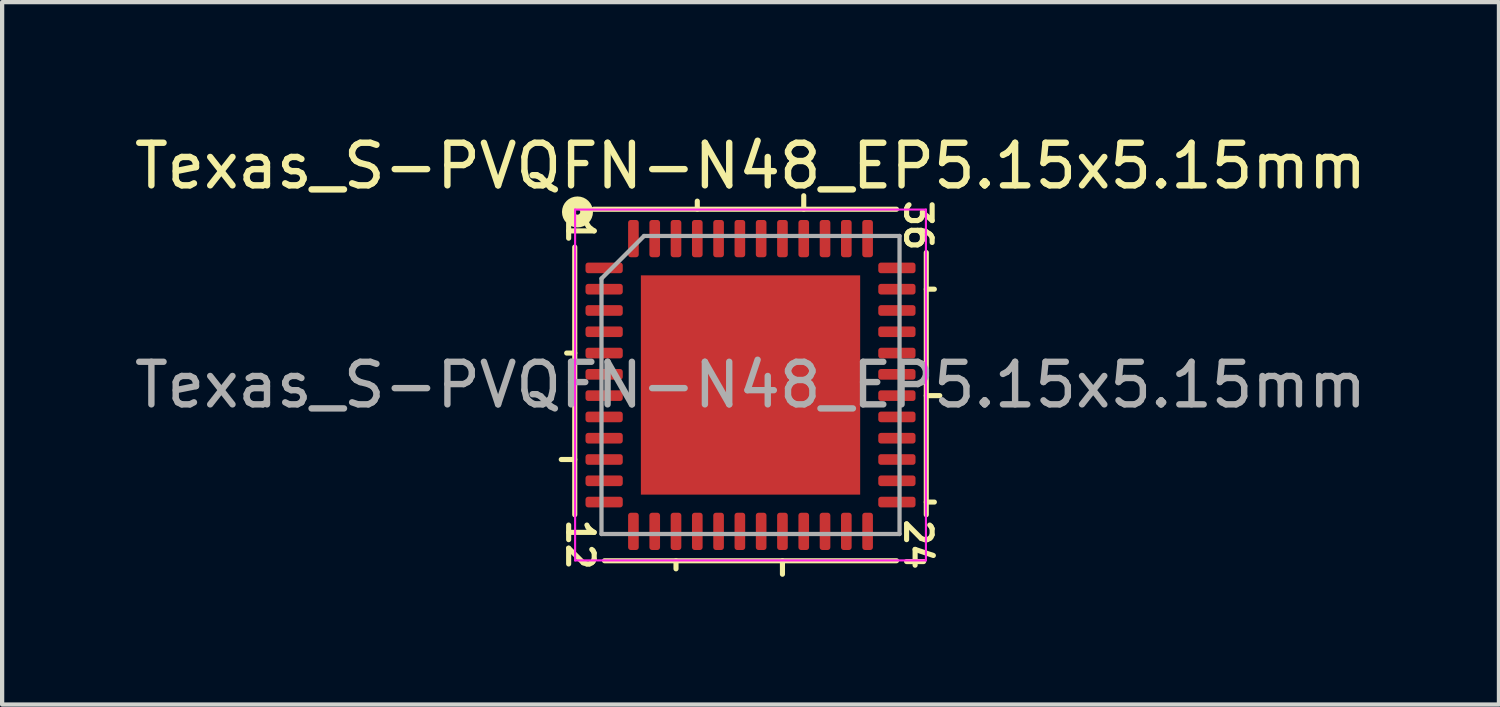
<source format=kicad_pcb>
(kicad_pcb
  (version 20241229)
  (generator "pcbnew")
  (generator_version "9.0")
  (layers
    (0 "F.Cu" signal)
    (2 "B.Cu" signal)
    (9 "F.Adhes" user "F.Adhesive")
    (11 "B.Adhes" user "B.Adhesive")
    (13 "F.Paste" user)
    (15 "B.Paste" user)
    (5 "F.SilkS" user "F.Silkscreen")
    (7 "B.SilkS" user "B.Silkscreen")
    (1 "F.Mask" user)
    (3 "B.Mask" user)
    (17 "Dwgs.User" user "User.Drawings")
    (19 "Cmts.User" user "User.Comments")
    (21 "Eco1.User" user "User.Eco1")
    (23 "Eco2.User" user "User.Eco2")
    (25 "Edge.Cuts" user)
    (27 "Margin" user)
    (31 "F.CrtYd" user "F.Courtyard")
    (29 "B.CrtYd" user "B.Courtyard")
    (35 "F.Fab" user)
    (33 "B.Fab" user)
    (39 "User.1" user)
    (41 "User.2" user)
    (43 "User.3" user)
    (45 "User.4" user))
  (footprint "Texas_S-PVQFN-N48_EP5.15x5.15mm"
    (layer "F.Cu")
    (at 14.577 5.992)
    (property "Reference" "Texas_S-PVQFN-N48_EP5.15x5.15mm" (at 0 -5.144 0) (layer "F.SilkS") (effects (font (size 1 1) (thickness 0.15))))
    (attr smd)
    (fp_line (start -4.128 -3.239) (end -4.128 3.048) (stroke (width 0.12) (type solid)) (layer "F.SilkS"))
    (fp_line (start -4.128 -0.75) (end -4.318 -0.75) (stroke (width 0.12) (type solid)) (layer "F.SilkS"))
    (fp_line (start -4.128 1.75) (end -4.445 1.75) (stroke (width 0.12) (type solid)) (layer "F.SilkS"))
    (fp_line (start -3.429 4.128) (end 3.429 4.128) (stroke (width 0.12) (type solid)) (layer "F.SilkS"))
    (fp_line (start -1.75 4.128) (end -1.75 4.318) (stroke (width 0.12) (type solid)) (layer "F.SilkS"))
    (fp_line (start -1.25 -4.128) (end -1.25 -4.318) (stroke (width 0.12) (type solid)) (layer "F.SilkS"))
    (fp_line (start 0.75 4.128) (end 0.75 4.445) (stroke (width 0.12) (type solid)) (layer "F.SilkS"))
    (fp_line (start 1.25 -4.128) (end 1.25 -4.445) (stroke (width 0.12) (type solid)) (layer "F.SilkS"))
    (fp_line (start 3.429 -4.128) (end -3.683 -4.128) (stroke (width 0.12) (type solid)) (layer "F.SilkS"))
    (fp_line (start 4.128 -2.25) (end 4.318 -2.25) (stroke (width 0.12) (type solid)) (layer "F.SilkS"))
    (fp_line (start 4.128 0.25) (end 4.445 0.25) (stroke (width 0.12) (type solid)) (layer "F.SilkS"))
    (fp_line (start 4.128 2.75) (end 4.318 2.75) (stroke (width 0.12) (type solid)) (layer "F.SilkS"))
    (fp_line (start 4.128 3.048) (end 4.128 -3.111) (stroke (width 0.12) (type solid)) (layer "F.SilkS"))
    (fp_circle (center -4.064 -4.064) (end -4 -4.064) (stroke (width 0.3) (type solid)) (fill no) (layer "F.SilkS"))
    (fp_line (start -4.12 -4.12) (end -4.12 4.12) (stroke (width 0.05) (type solid)) (layer "F.CrtYd"))
    (fp_line (start -4.12 4.12) (end 4.12 4.12) (stroke (width 0.05) (type solid)) (layer "F.CrtYd"))
    (fp_line (start 4.12 -4.12) (end -4.12 -4.12) (stroke (width 0.05) (type solid)) (layer "F.CrtYd"))
    (fp_line (start 4.12 4.12) (end 4.12 -4.12) (stroke (width 0.05) (type solid)) (layer "F.CrtYd"))
    (fp_line (start -3.5 -2.5) (end -2.5 -3.5) (stroke (width 0.1) (type solid)) (layer "F.Fab"))
    (fp_line (start -3.5 3.5) (end -3.5 -2.5) (stroke (width 0.1) (type solid)) (layer "F.Fab"))
    (fp_line (start -2.5 -3.5) (end 3.5 -3.5) (stroke (width 0.1) (type solid)) (layer "F.Fab"))
    (fp_line (start 3.5 -3.5) (end 3.5 3.5) (stroke (width 0.1) (type solid)) (layer "F.Fab"))
    (fp_line (start 3.5 3.5) (end -3.5 3.5) (stroke (width 0.1) (type solid)) (layer "F.Fab"))
    (fp_text user "24" (at 3.937 3.747 270) (unlocked yes) (layer "F.SilkS") (effects (font (size 0.6 0.6) (thickness 0.12))))
    (fp_text user "1" (at -4 -3.619 270) (unlocked yes) (layer "F.SilkS") (effects (font (size 0.6 0.6) (thickness 0.12))))
    (fp_text user "12" (at -4 3.747 270) (unlocked yes) (layer "F.SilkS") (effects (font (size 0.6 0.6) (thickness 0.12))))
    (fp_text user "36" (at 3.937 -3.747 270) (unlocked yes) (layer "F.SilkS") (effects (font (size 0.6 0.6) (thickness 0.12))))
    (fp_text user "${REFERENCE}" (at 0 0 0) (layer "F.Fab") (effects (font (size 1 1) (thickness 0.15))))
    (pad "" smd roundrect (at -1.935 -1.935) (size 1.04 1.04) (layers "F.Paste") (roundrect_rratio 0.24))
    (pad "" smd roundrect (at -1.935 -0.645) (size 1.04 1.04) (layers "F.Paste") (roundrect_rratio 0.24))
    (pad "" smd roundrect (at -1.935 0.645) (size 1.04 1.04) (layers "F.Paste") (roundrect_rratio 0.24))
    (pad "" smd roundrect (at -1.935 1.935) (size 1.04 1.04) (layers "F.Paste") (roundrect_rratio 0.24))
    (pad "" smd roundrect (at -0.645 -1.935) (size 1.04 1.04) (layers "F.Paste") (roundrect_rratio 0.24))
    (pad "" smd roundrect (at -0.645 -0.645) (size 1.04 1.04) (layers "F.Paste") (roundrect_rratio 0.24))
    (pad "" smd roundrect (at -0.645 0.645) (size 1.04 1.04) (layers "F.Paste") (roundrect_rratio 0.24))
    (pad "" smd roundrect (at -0.645 1.935) (size 1.04 1.04) (layers "F.Paste") (roundrect_rratio 0.24))
    (pad "" smd roundrect (at 0.645 -1.935) (size 1.04 1.04) (layers "F.Paste") (roundrect_rratio 0.24))
    (pad "" smd roundrect (at 0.645 -0.645) (size 1.04 1.04) (layers "F.Paste") (roundrect_rratio 0.24))
    (pad "" smd roundrect (at 0.645 0.645) (size 1.04 1.04) (layers "F.Paste") (roundrect_rratio 0.24))
    (pad "" smd roundrect (at 0.645 1.935) (size 1.04 1.04) (layers "F.Paste") (roundrect_rratio 0.24))
    (pad "" smd roundrect (at 1.935 -1.935) (size 1.04 1.04) (layers "F.Paste") (roundrect_rratio 0.24))
    (pad "" smd roundrect (at 1.935 -0.645) (size 1.04 1.04) (layers "F.Paste") (roundrect_rratio 0.24))
    (pad "" smd roundrect (at 1.935 0.645) (size 1.04 1.04) (layers "F.Paste") (roundrect_rratio 0.24))
    (pad "" smd roundrect (at 1.935 1.935) (size 1.04 1.04) (layers "F.Paste") (roundrect_rratio 0.24))
    (pad "1" smd roundrect (at -3.438 -2.75) (size 0.875 0.25) (layers "F.Cu" "F.Mask" "F.Paste") (roundrect_rratio 0.25))
    (pad "2" smd roundrect (at -3.438 -2.25) (size 0.875 0.25) (layers "F.Cu" "F.Mask" "F.Paste") (roundrect_rratio 0.25))
    (pad "3" smd roundrect (at -3.438 -1.75) (size 0.875 0.25) (layers "F.Cu" "F.Mask" "F.Paste") (roundrect_rratio 0.25))
    (pad "4" smd roundrect (at -3.438 -1.25) (size 0.875 0.25) (layers "F.Cu" "F.Mask" "F.Paste") (roundrect_rratio 0.25))
    (pad "5" smd roundrect (at -3.438 -0.75) (size 0.875 0.25) (layers "F.Cu" "F.Mask" "F.Paste") (roundrect_rratio 0.25))
    (pad "6" smd roundrect (at -3.438 -0.25) (size 0.875 0.25) (layers "F.Cu" "F.Mask" "F.Paste") (roundrect_rratio 0.25))
    (pad "7" smd roundrect (at -3.438 0.25) (size 0.875 0.25) (layers "F.Cu" "F.Mask" "F.Paste") (roundrect_rratio 0.25))
    (pad "8" smd roundrect (at -3.438 0.75) (size 0.875 0.25) (layers "F.Cu" "F.Mask" "F.Paste") (roundrect_rratio 0.25))
    (pad "9" smd roundrect (at -3.438 1.25) (size 0.875 0.25) (layers "F.Cu" "F.Mask" "F.Paste") (roundrect_rratio 0.25))
    (pad "10" smd roundrect (at -3.438 1.75) (size 0.875 0.25) (layers "F.Cu" "F.Mask" "F.Paste") (roundrect_rratio 0.25))
    (pad "11" smd roundrect (at -3.438 2.25) (size 0.875 0.25) (layers "F.Cu" "F.Mask" "F.Paste") (roundrect_rratio 0.25))
    (pad "12" smd roundrect (at -3.438 2.75) (size 0.875 0.25) (layers "F.Cu" "F.Mask" "F.Paste") (roundrect_rratio 0.25))
    (pad "13" smd roundrect (at -2.75 3.438) (size 0.25 0.875) (layers "F.Cu" "F.Mask" "F.Paste") (roundrect_rratio 0.25))
    (pad "14" smd roundrect (at -2.25 3.438) (size 0.25 0.875) (layers "F.Cu" "F.Mask" "F.Paste") (roundrect_rratio 0.25))
    (pad "15" smd roundrect (at -1.75 3.438) (size 0.25 0.875) (layers "F.Cu" "F.Mask" "F.Paste") (roundrect_rratio 0.25))
    (pad "16" smd roundrect (at -1.25 3.438) (size 0.25 0.875) (layers "F.Cu" "F.Mask" "F.Paste") (roundrect_rratio 0.25))
    (pad "17" smd roundrect (at -0.75 3.438) (size 0.25 0.875) (layers "F.Cu" "F.Mask" "F.Paste") (roundrect_rratio 0.25))
    (pad "18" smd roundrect (at -0.25 3.438) (size 0.25 0.875) (layers "F.Cu" "F.Mask" "F.Paste") (roundrect_rratio 0.25))
    (pad "19" smd roundrect (at 0.25 3.438) (size 0.25 0.875) (layers "F.Cu" "F.Mask" "F.Paste") (roundrect_rratio 0.25))
    (pad "20" smd roundrect (at 0.75 3.438) (size 0.25 0.875) (layers "F.Cu" "F.Mask" "F.Paste") (roundrect_rratio 0.25))
    (pad "21" smd roundrect (at 1.25 3.438) (size 0.25 0.875) (layers "F.Cu" "F.Mask" "F.Paste") (roundrect_rratio 0.25))
    (pad "22" smd roundrect (at 1.75 3.438) (size 0.25 0.875) (layers "F.Cu" "F.Mask" "F.Paste") (roundrect_rratio 0.25))
    (pad "23" smd roundrect (at 2.25 3.438) (size 0.25 0.875) (layers "F.Cu" "F.Mask" "F.Paste") (roundrect_rratio 0.25))
    (pad "24" smd roundrect (at 2.75 3.438) (size 0.25 0.875) (layers "F.Cu" "F.Mask" "F.Paste") (roundrect_rratio 0.25))
    (pad "25" smd roundrect (at 3.438 2.75) (size 0.875 0.25) (layers "F.Cu" "F.Mask" "F.Paste") (roundrect_rratio 0.25))
    (pad "26" smd roundrect (at 3.438 2.25) (size 0.875 0.25) (layers "F.Cu" "F.Mask" "F.Paste") (roundrect_rratio 0.25))
    (pad "27" smd roundrect (at 3.438 1.75) (size 0.875 0.25) (layers "F.Cu" "F.Mask" "F.Paste") (roundrect_rratio 0.25))
    (pad "28" smd roundrect (at 3.438 1.25) (size 0.875 0.25) (layers "F.Cu" "F.Mask" "F.Paste") (roundrect_rratio 0.25))
    (pad "29" smd roundrect (at 3.438 0.75) (size 0.875 0.25) (layers "F.Cu" "F.Mask" "F.Paste") (roundrect_rratio 0.25))
    (pad "30" smd roundrect (at 3.438 0.25) (size 0.875 0.25) (layers "F.Cu" "F.Mask" "F.Paste") (roundrect_rratio 0.25))
    (pad "31" smd roundrect (at 3.438 -0.25) (size 0.875 0.25) (layers "F.Cu" "F.Mask" "F.Paste") (roundrect_rratio 0.25))
    (pad "32" smd roundrect (at 3.438 -0.75) (size 0.875 0.25) (layers "F.Cu" "F.Mask" "F.Paste") (roundrect_rratio 0.25))
    (pad "33" smd roundrect (at 3.438 -1.25) (size 0.875 0.25) (layers "F.Cu" "F.Mask" "F.Paste") (roundrect_rratio 0.25))
    (pad "34" smd roundrect (at 3.438 -1.75) (size 0.875 0.25) (layers "F.Cu" "F.Mask" "F.Paste") (roundrect_rratio 0.25))
    (pad "35" smd roundrect (at 3.438 -2.25) (size 0.875 0.25) (layers "F.Cu" "F.Mask" "F.Paste") (roundrect_rratio 0.25))
    (pad "36" smd roundrect (at 3.438 -2.75) (size 0.875 0.25) (layers "F.Cu" "F.Mask" "F.Paste") (roundrect_rratio 0.25))
    (pad "37" smd roundrect (at 2.75 -3.438) (size 0.25 0.875) (layers "F.Cu" "F.Mask" "F.Paste") (roundrect_rratio 0.25))
    (pad "38" smd roundrect (at 2.25 -3.438) (size 0.25 0.875) (layers "F.Cu" "F.Mask" "F.Paste") (roundrect_rratio 0.25))
    (pad "39" smd roundrect (at 1.75 -3.438) (size 0.25 0.875) (layers "F.Cu" "F.Mask" "F.Paste") (roundrect_rratio 0.25))
    (pad "40" smd roundrect (at 1.25 -3.438) (size 0.25 0.875) (layers "F.Cu" "F.Mask" "F.Paste") (roundrect_rratio 0.25))
    (pad "41" smd roundrect (at 0.75 -3.438) (size 0.25 0.875) (layers "F.Cu" "F.Mask" "F.Paste") (roundrect_rratio 0.25))
    (pad "42" smd roundrect (at 0.25 -3.438) (size 0.25 0.875) (layers "F.Cu" "F.Mask" "F.Paste") (roundrect_rratio 0.25))
    (pad "43" smd roundrect (at -0.25 -3.438) (size 0.25 0.875) (layers "F.Cu" "F.Mask" "F.Paste") (roundrect_rratio 0.25))
    (pad "44" smd roundrect (at -0.75 -3.438) (size 0.25 0.875) (layers "F.Cu" "F.Mask" "F.Paste") (roundrect_rratio 0.25))
    (pad "45" smd roundrect (at -1.25 -3.438) (size 0.25 0.875) (layers "F.Cu" "F.Mask" "F.Paste") (roundrect_rratio 0.25))
    (pad "46" smd roundrect (at -1.75 -3.438) (size 0.25 0.875) (layers "F.Cu" "F.Mask" "F.Paste") (roundrect_rratio 0.25))
    (pad "47" smd roundrect (at -2.25 -3.438) (size 0.25 0.875) (layers "F.Cu" "F.Mask" "F.Paste") (roundrect_rratio 0.25))
    (pad "48" smd roundrect (at -2.75 -3.438) (size 0.25 0.875) (layers "F.Cu" "F.Mask" "F.Paste") (roundrect_rratio 0.25))
    (pad "49" smd rect (at 0 0) (size 5.15 5.15) (layers "F.Cu" "F.Mask")))
  (gr_rect
    (start -3 -3)
    (end 32.155 13.497)
    (stroke (width 0.1) (type default))
    (fill no)
    (layer "Edge.Cuts")))
</source>
